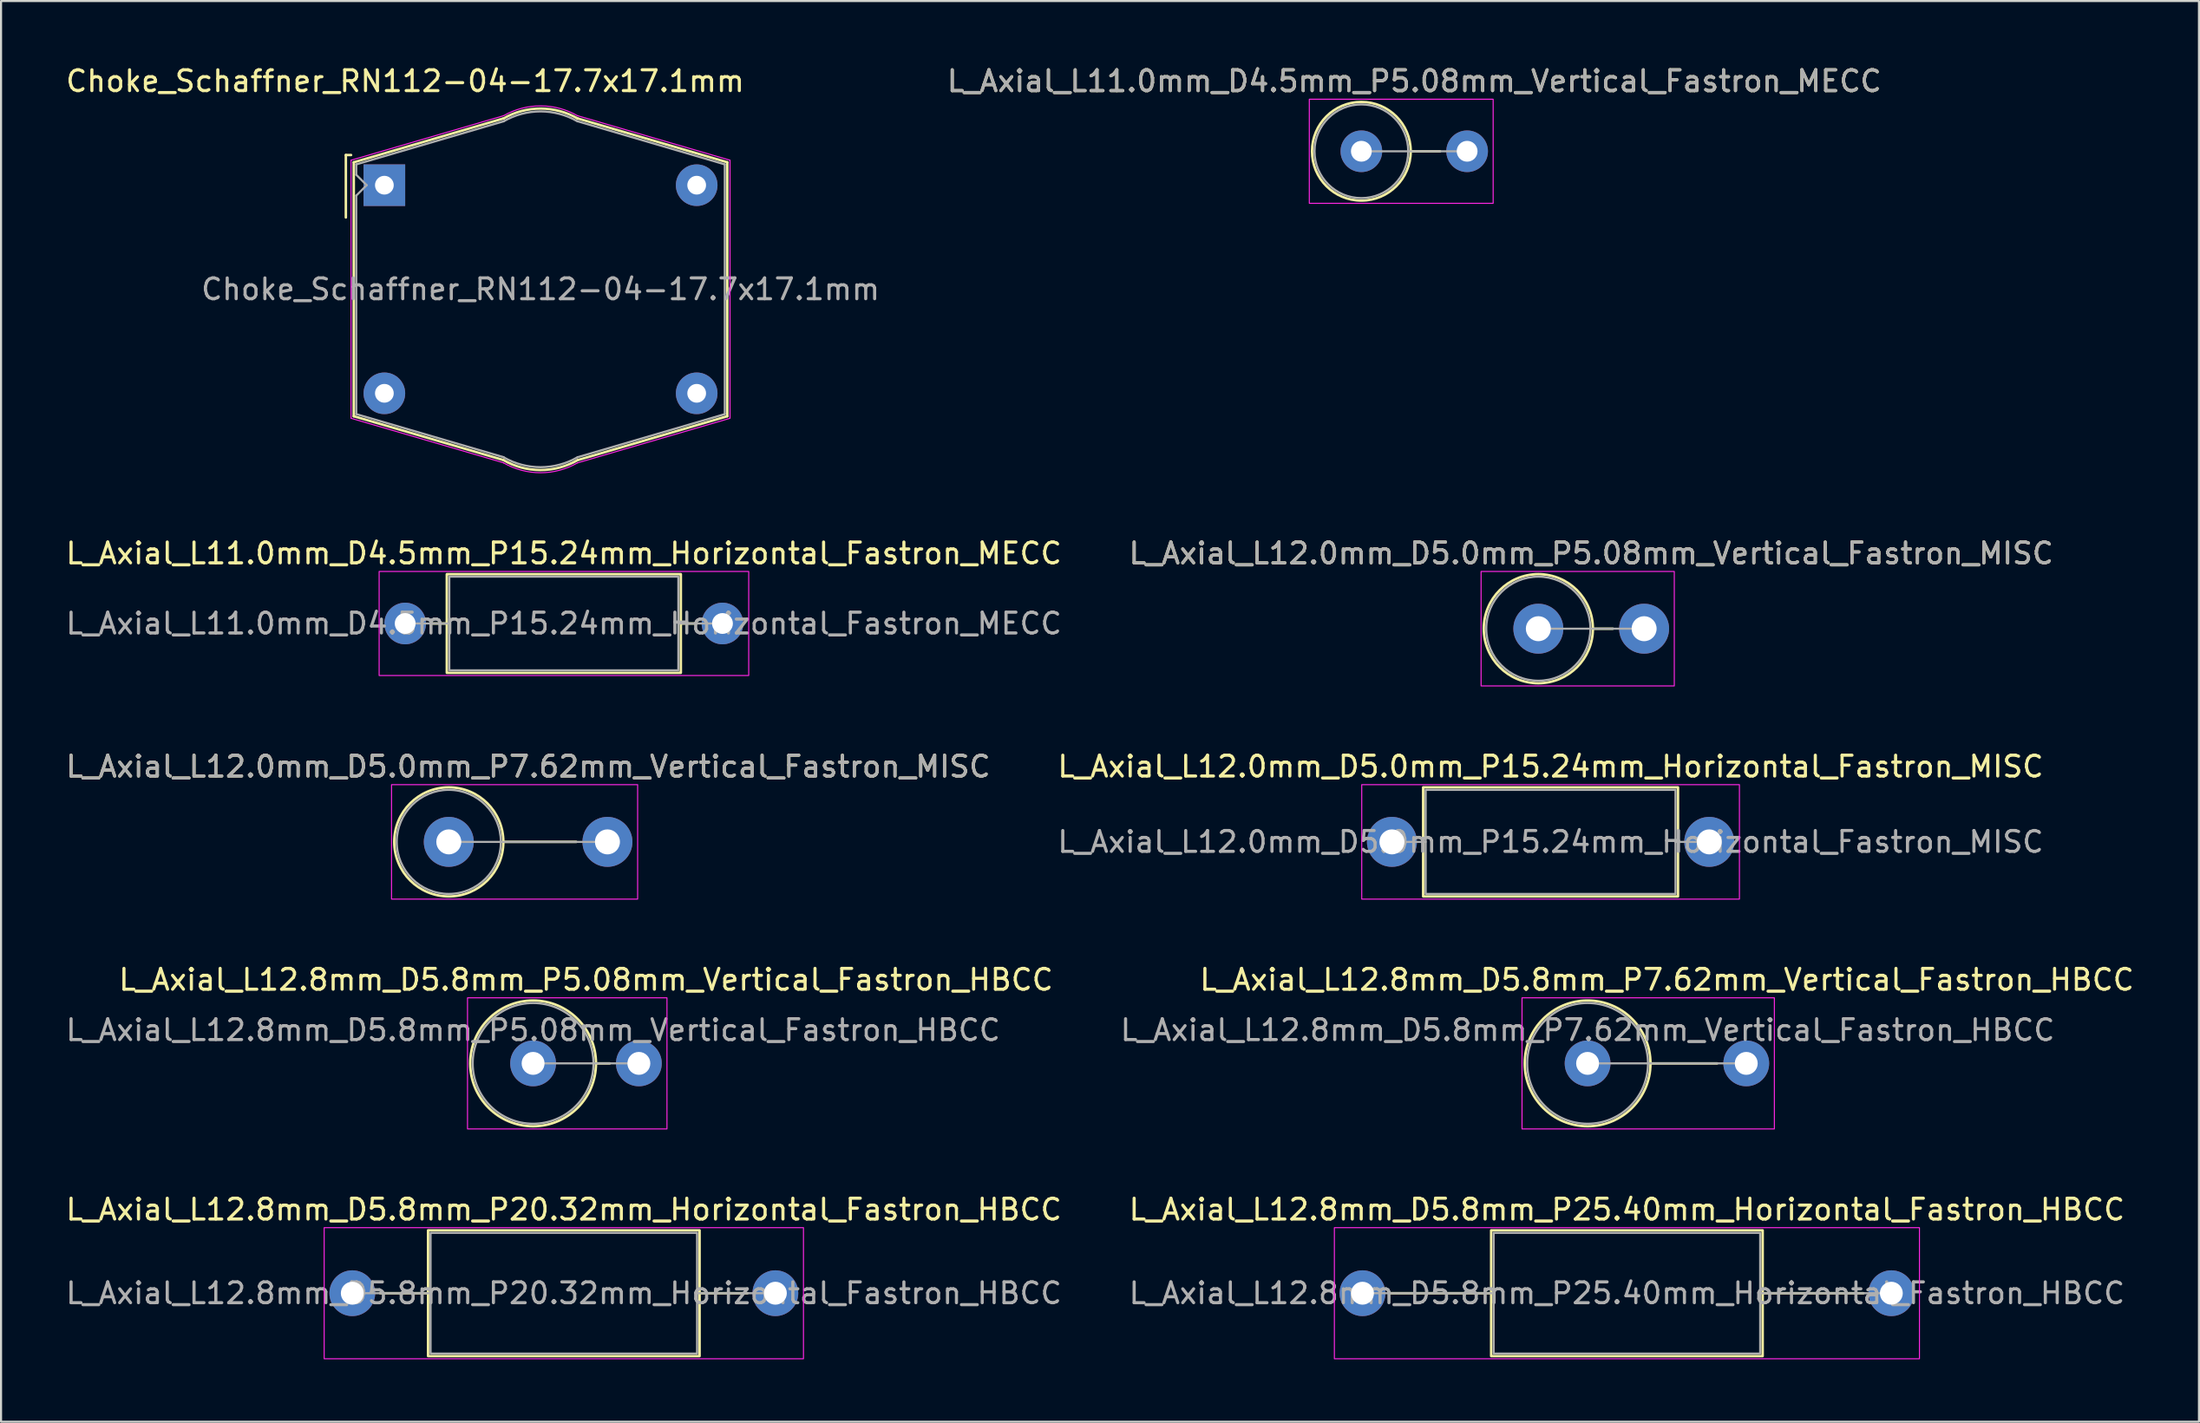
<source format=kicad_pcb>
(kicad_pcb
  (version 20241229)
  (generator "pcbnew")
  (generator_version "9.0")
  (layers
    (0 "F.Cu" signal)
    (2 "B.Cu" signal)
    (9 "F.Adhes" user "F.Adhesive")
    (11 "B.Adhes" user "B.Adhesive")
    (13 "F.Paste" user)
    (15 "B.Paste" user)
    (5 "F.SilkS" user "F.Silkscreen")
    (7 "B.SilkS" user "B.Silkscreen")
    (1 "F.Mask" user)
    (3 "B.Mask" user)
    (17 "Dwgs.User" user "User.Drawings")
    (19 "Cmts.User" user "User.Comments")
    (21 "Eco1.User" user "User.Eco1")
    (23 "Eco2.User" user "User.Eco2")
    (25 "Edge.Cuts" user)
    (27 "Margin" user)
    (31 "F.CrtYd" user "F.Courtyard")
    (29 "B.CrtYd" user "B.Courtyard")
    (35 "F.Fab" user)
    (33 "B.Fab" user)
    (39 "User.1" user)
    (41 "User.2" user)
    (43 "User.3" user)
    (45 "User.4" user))
  (footprint "L_Axial_L12.8mm_D5.8mm_P7.62mm_Vertical_Fastron_HBCC"
    (layer "F.Cu")
    (at 73.201 48.044)
    (property "Reference" "L_Axial_L12.8mm_D5.8mm_P7.62mm_Vertical_Fastron_HBCC" (at 3.81 -4.02 0) (layer "F.SilkS") (effects (font (size 1 1) (thickness 0.15))))
    (attr through_hole)
    (fp_line (start 3.02 0) (end 6.22 0) (stroke (width 0.12) (type solid)) (layer "F.SilkS"))
    (fp_circle (center 0 0) (end 3.02 0) (stroke (width 0.12) (type solid)) (fill no) (layer "F.SilkS"))
    (fp_rect (start -3.15 -3.15) (end 8.97 3.15) (stroke (width 0.05) (type solid)) (fill no) (layer "F.CrtYd"))
    (fp_line (start 0 0) (end 7.62 0) (stroke (width 0.1) (type solid)) (layer "F.Fab"))
    (fp_circle (center 0 0) (end 2.9 0) (stroke (width 0.1) (type solid)) (fill no) (layer "F.Fab"))
    (fp_text user "${REFERENCE}" (at 0 -1.6 0) (layer "F.Fab") (effects (font (size 1 1) (thickness 0.15))))
    (pad "1" thru_hole circle (at 0 0) (size 2.2 2.2) (drill 1.1) (layers "*.Cu" "*.Mask"))
    (pad "2" thru_hole circle (at 7.62 0) (size 2.2 2.2) (drill 1.1) (layers "*.Cu" "*.Mask")))
  (footprint "Choke_Schaffner_RN112-04-17.7x17.1mm"
    (layer "F.Cu")
    (at 15.411 5.848)
    (property "Reference" "Choke_Schaffner_RN112-04-17.7x17.1mm" (at 1 -5 0) (layer "F.SilkS") (effects (font (size 1 1) (thickness 0.15))))
    (attr through_hole)
    (fp_line (start -1.85 -1.45) (end -1.85 1.55) (stroke (width 0.12) (type solid)) (layer "F.SilkS"))
    (fp_line (start -1.85 -1.45) (end -1.6 -1.45) (stroke (width 0.12) (type solid)) (layer "F.SilkS"))
    (fp_line (start -1.47 -1.1) (end 5.73 -3.21) (stroke (width 0.12) (type solid)) (layer "F.SilkS"))
    (fp_line (start -1.47 11.1) (end -1.47 -1.1) (stroke (width 0.12) (type solid)) (layer "F.SilkS"))
    (fp_line (start 5.73 13.21) (end -1.47 11.1) (stroke (width 0.12) (type solid)) (layer "F.SilkS"))
    (fp_line (start 9.27 -3.21) (end 16.47 -1.1) (stroke (width 0.12) (type solid)) (layer "F.SilkS"))
    (fp_line (start 16.47 -1.1) (end 16.47 11.1) (stroke (width 0.12) (type solid)) (layer "F.SilkS"))
    (fp_line (start 16.47 11.1) (end 9.28 13.21) (stroke (width 0.12) (type solid)) (layer "F.SilkS"))
    (fp_arc (start 5.73 -3.21) (mid 7.512135 -3.681018) (end 9.291018 -3.197865) (stroke (width 0.12) (type solid)) (layer "F.SilkS"))
    (fp_arc (start 9.28 13.21) (mid 7.496525 13.686018) (end 5.713982 13.206525) (stroke (width 0.12) (type solid)) (layer "F.SilkS"))
    (fp_line (start -1.6 -1.2) (end 5.73 -3.34) (stroke (width 0.05) (type solid)) (layer "F.CrtYd"))
    (fp_line (start -1.6 11.2) (end -1.6 -1.2) (stroke (width 0.05) (type solid)) (layer "F.CrtYd"))
    (fp_line (start 5.73 13.34) (end -1.6 11.2) (stroke (width 0.05) (type solid)) (layer "F.CrtYd"))
    (fp_line (start 9.27 -3.34) (end 16.6 -1.2) (stroke (width 0.05) (type solid)) (layer "F.CrtYd"))
    (fp_line (start 16.6 -1.2) (end 16.6 11.2) (stroke (width 0.05) (type solid)) (layer "F.CrtYd"))
    (fp_line (start 16.6 11.2) (end 9.28 13.34) (stroke (width 0.05) (type solid)) (layer "F.CrtYd"))
    (fp_arc (start 5.73 -3.34) (mid 7.512135 -3.811018) (end 9.291018 -3.327865) (stroke (width 0.05) (type solid)) (layer "F.CrtYd"))
    (fp_arc (start 9.28 13.34) (mid 7.496525 13.816018) (end 5.713982 13.336525) (stroke (width 0.05) (type solid)) (layer "F.CrtYd"))
    (fp_line (start -1.35 -1) (end 5.73 -3.07) (stroke (width 0.1) (type solid)) (layer "F.Fab"))
    (fp_line (start -1.35 -0.5) (end -1.35 -1) (stroke (width 0.1) (type solid)) (layer "F.Fab"))
    (fp_line (start -1.35 0.5) (end -0.85 0) (stroke (width 0.1) (type solid)) (layer "F.Fab"))
    (fp_line (start -1.35 11) (end -1.35 0.5) (stroke (width 0.1) (type solid)) (layer "F.Fab"))
    (fp_line (start -0.85 0) (end -1.35 -0.5) (stroke (width 0.1) (type solid)) (layer "F.Fab"))
    (fp_line (start 5.73 13.07) (end -1.35 11) (stroke (width 0.1) (type solid)) (layer "F.Fab"))
    (fp_line (start 9.28 -3.07) (end 16.35 -1) (stroke (width 0.1) (type solid)) (layer "F.Fab"))
    (fp_line (start 16.35 -1) (end 16.35 11) (stroke (width 0.1) (type solid)) (layer "F.Fab"))
    (fp_line (start 16.35 11) (end 9.28 13.07) (stroke (width 0.1) (type solid)) (layer "F.Fab"))
    (fp_arc (start 5.73 -3.07) (mid 7.502135 -3.543698) (end 9.273698 -3.067865) (stroke (width 0.1) (type solid)) (layer "F.Fab"))
    (fp_arc (start 9.28 13.07) (mid 7.506525 13.548698) (end 5.731302 13.076525) (stroke (width 0.1) (type solid)) (layer "F.Fab"))
    (fp_text user "${REFERENCE}" (at 7.5 5 0) (layer "F.Fab") (effects (font (size 1 1) (thickness 0.15))))
    (pad "1" thru_hole rect (at 0 0) (size 2 2) (drill 0.9) (layers "*.Cu" "*.Mask"))
    (pad "2" thru_hole circle (at 15 0) (size 2 2) (drill 0.9) (layers "*.Cu" "*.Mask"))
    (pad "3" thru_hole circle (at 0 10) (size 2 2) (drill 0.9) (layers "*.Cu" "*.Mask"))
    (pad "4" thru_hole circle (at 15 10) (size 2 2) (drill 0.9) (layers "*.Cu" "*.Mask")))
  (footprint "L_Axial_L12.8mm_D5.8mm_P20.32mm_Horizontal_Fastron_HBCC"
    (layer "F.Cu")
    (at 13.87 59.087)
    (property "Reference" "L_Axial_L12.8mm_D5.8mm_P20.32mm_Horizontal_Fastron_HBCC" (at 10.16 -4.02 0) (layer "F.SilkS") (effects (font (size 1 1) (thickness 0.15))))
    (attr through_hole)
    (fp_line (start 1.34 0) (end 3.64 0) (stroke (width 0.12) (type solid)) (layer "F.SilkS"))
    (fp_line (start 18.98 0) (end 16.68 0) (stroke (width 0.12) (type solid)) (layer "F.SilkS"))
    (fp_rect (start 3.64 -3.02) (end 16.68 3.02) (stroke (width 0.12) (type solid)) (fill no) (layer "F.SilkS"))
    (fp_rect (start -1.35 -3.15) (end 21.67 3.15) (stroke (width 0.05) (type solid)) (fill no) (layer "F.CrtYd"))
    (fp_line (start 0 0) (end 3.76 0) (stroke (width 0.1) (type solid)) (layer "F.Fab"))
    (fp_line (start 20.32 0) (end 16.56 0) (stroke (width 0.1) (type solid)) (layer "F.Fab"))
    (fp_rect (start 3.76 -2.9) (end 16.56 2.9) (stroke (width 0.1) (type solid)) (fill no) (layer "F.Fab"))
    (fp_text user "${REFERENCE}" (at 10.16 0 0) (layer "F.Fab") (effects (font (size 1 1) (thickness 0.15))))
    (pad "1" thru_hole circle (at 0 0) (size 2.2 2.2) (drill 1.1) (layers "*.Cu" "*.Mask"))
    (pad "2" thru_hole circle (at 20.32 0) (size 2.2 2.2) (drill 1.1) (layers "*.Cu" "*.Mask")))
  (footprint "L_Axial_L11.0mm_D4.5mm_P5.08mm_Vertical_Fastron_MECC"
    (layer "F.Cu")
    (at 62.335 4.218)
    (property "Reference" "L_Axial_L11.0mm_D4.5mm_P5.08mm_Vertical_Fastron_MECC" (at 2.54 -3.37 0) (layer "F.SilkS") (effects (font (size 1 1) (thickness 0.15))))
    (attr through_hole)
    (fp_line (start 2.37 0) (end 3.78 0) (stroke (width 0.12) (type solid)) (layer "F.SilkS"))
    (fp_circle (center 0 0) (end 2.37 0) (stroke (width 0.12) (type solid)) (fill no) (layer "F.SilkS"))
    (fp_rect (start -2.5 -2.5) (end 6.33 2.5) (stroke (width 0.05) (type solid)) (fill no) (layer "F.CrtYd"))
    (fp_line (start 0 0) (end 5.08 0) (stroke (width 0.1) (type solid)) (layer "F.Fab"))
    (fp_circle (center 0 0) (end 2.25 0) (stroke (width 0.1) (type solid)) (fill no) (layer "F.Fab"))
    (fp_text user "${REFERENCE}" (at 2.54 -3.37 0) (layer "F.Fab") (effects (font (size 1 1) (thickness 0.15))))
    (pad "1" thru_hole circle (at 0 0) (size 2 2) (drill 1) (layers "*.Cu" "*.Mask"))
    (pad "2" thru_hole circle (at 5.08 0) (size 2 2) (drill 1) (layers "*.Cu" "*.Mask")))
  (footprint "L_Axial_L12.8mm_D5.8mm_P5.08mm_Vertical_Fastron_HBCC"
    (layer "F.Cu")
    (at 22.554 48.044)
    (property "Reference" "L_Axial_L12.8mm_D5.8mm_P5.08mm_Vertical_Fastron_HBCC" (at 2.54 -4.02 0) (layer "F.SilkS") (effects (font (size 1 1) (thickness 0.15))))
    (attr through_hole)
    (fp_line (start 3.02 0) (end 3.68 0) (stroke (width 0.12) (type solid)) (layer "F.SilkS"))
    (fp_circle (center 0 0) (end 3.02 0) (stroke (width 0.12) (type solid)) (fill no) (layer "F.SilkS"))
    (fp_rect (start -3.15 -3.15) (end 6.43 3.15) (stroke (width 0.05) (type solid)) (fill no) (layer "F.CrtYd"))
    (fp_line (start 0 0) (end 5.08 0) (stroke (width 0.1) (type solid)) (layer "F.Fab"))
    (fp_circle (center 0 0) (end 2.9 0) (stroke (width 0.1) (type solid)) (fill no) (layer "F.Fab"))
    (fp_text user "${REFERENCE}" (at 0 -1.6 0) (layer "F.Fab") (effects (font (size 1 1) (thickness 0.15))))
    (pad "1" thru_hole circle (at 0 0) (size 2.2 2.2) (drill 1.1) (layers "*.Cu" "*.Mask"))
    (pad "2" thru_hole circle (at 5.08 0) (size 2.2 2.2) (drill 1.1) (layers "*.Cu" "*.Mask")))
  (footprint "L_Axial_L12.8mm_D5.8mm_P25.40mm_Horizontal_Fastron_HBCC"
    (layer "F.Cu")
    (at 62.389 59.087)
    (property "Reference" "L_Axial_L12.8mm_D5.8mm_P25.40mm_Horizontal_Fastron_HBCC" (at 12.7 -4.02 0) (layer "F.SilkS") (effects (font (size 1 1) (thickness 0.15))))
    (attr through_hole)
    (fp_line (start 1.34 0) (end 6.18 0) (stroke (width 0.12) (type solid)) (layer "F.SilkS"))
    (fp_line (start 24.06 0) (end 19.22 0) (stroke (width 0.12) (type solid)) (layer "F.SilkS"))
    (fp_rect (start 6.18 -3.02) (end 19.22 3.02) (stroke (width 0.12) (type solid)) (fill no) (layer "F.SilkS"))
    (fp_rect (start -1.35 -3.15) (end 26.75 3.15) (stroke (width 0.05) (type solid)) (fill no) (layer "F.CrtYd"))
    (fp_line (start 0 0) (end 6.3 0) (stroke (width 0.1) (type solid)) (layer "F.Fab"))
    (fp_line (start 25.4 0) (end 19.1 0) (stroke (width 0.1) (type solid)) (layer "F.Fab"))
    (fp_rect (start 6.3 -2.9) (end 19.1 2.9) (stroke (width 0.1) (type solid)) (fill no) (layer "F.Fab"))
    (fp_text user "${REFERENCE}" (at 12.7 0 0) (layer "F.Fab") (effects (font (size 1 1) (thickness 0.15))))
    (pad "1" thru_hole circle (at 0 0) (size 2.2 2.2) (drill 1.1) (layers "*.Cu" "*.Mask"))
    (pad "2" thru_hole circle (at 25.4 0) (size 2.2 2.2) (drill 1.1) (layers "*.Cu" "*.Mask")))
  (footprint "L_Axial_L12.0mm_D5.0mm_P15.24mm_Horizontal_Fastron_MISC"
    (layer "F.Cu")
    (at 63.803 37.401)
    (property "Reference" "L_Axial_L12.0mm_D5.0mm_P15.24mm_Horizontal_Fastron_MISC" (at 7.62 -3.62 0) (layer "F.SilkS") (effects (font (size 1 1) (thickness 0.15))))
    (attr through_hole)
    (fp_line (start 1.44 0) (end 1.5 0) (stroke (width 0.12) (type solid)) (layer "F.SilkS"))
    (fp_line (start 13.8 0) (end 13.74 0) (stroke (width 0.12) (type solid)) (layer "F.SilkS"))
    (fp_rect (start 1.5 -2.62) (end 13.74 2.62) (stroke (width 0.12) (type solid)) (fill no) (layer "F.SilkS"))
    (fp_rect (start -1.45 -2.75) (end 16.69 2.75) (stroke (width 0.05) (type solid)) (fill no) (layer "F.CrtYd"))
    (fp_line (start 0 0) (end 1.62 0) (stroke (width 0.1) (type solid)) (layer "F.Fab"))
    (fp_line (start 15.24 0) (end 13.62 0) (stroke (width 0.1) (type solid)) (layer "F.Fab"))
    (fp_rect (start 1.62 -2.5) (end 13.62 2.5) (stroke (width 0.1) (type solid)) (fill no) (layer "F.Fab"))
    (fp_text user "${REFERENCE}" (at 7.62 0 0) (layer "F.Fab") (effects (font (size 1 1) (thickness 0.15))))
    (pad "1" thru_hole circle (at 0 0) (size 2.4 2.4) (drill 1.2) (layers "*.Cu" "*.Mask"))
    (pad "2" thru_hole circle (at 15.24 0) (size 2.4 2.4) (drill 1.2) (layers "*.Cu" "*.Mask")))
  (footprint "L_Axial_L12.0mm_D5.0mm_P5.08mm_Vertical_Fastron_MISC"
    (layer "F.Cu")
    (at 70.835 27.158)
    (property "Reference" "L_Axial_L12.0mm_D5.0mm_P5.08mm_Vertical_Fastron_MISC" (at 2.54 -3.62 0) (layer "F.SilkS") (effects (font (size 1 1) (thickness 0.15))))
    (attr through_hole)
    (fp_line (start 2.62 0) (end 3.58 0) (stroke (width 0.12) (type solid)) (layer "F.SilkS"))
    (fp_circle (center 0 0) (end 2.62 0) (stroke (width 0.12) (type solid)) (fill no) (layer "F.SilkS"))
    (fp_rect (start -2.75 -2.75) (end 6.53 2.75) (stroke (width 0.05) (type solid)) (fill no) (layer "F.CrtYd"))
    (fp_line (start 0 0) (end 5.08 0) (stroke (width 0.1) (type solid)) (layer "F.Fab"))
    (fp_circle (center 0 0) (end 2.5 0) (stroke (width 0.1) (type solid)) (fill no) (layer "F.Fab"))
    (fp_text user "${REFERENCE}" (at 2.54 -3.62 0) (layer "F.Fab") (effects (font (size 1 1) (thickness 0.15))))
    (pad "1" thru_hole circle (at 0 0) (size 2.4 2.4) (drill 1.2) (layers "*.Cu" "*.Mask"))
    (pad "2" thru_hole circle (at 5.08 0) (size 2.4 2.4) (drill 1.2) (layers "*.Cu" "*.Mask")))
  (footprint "L_Axial_L12.0mm_D5.0mm_P7.62mm_Vertical_Fastron_MISC"
    (layer "F.Cu")
    (at 18.505 37.401)
    (property "Reference" "L_Axial_L12.0mm_D5.0mm_P7.62mm_Vertical_Fastron_MISC" (at 3.81 -3.62 0) (layer "F.SilkS") (effects (font (size 1 1) (thickness 0.15))))
    (attr through_hole)
    (fp_line (start 2.62 0) (end 6.12 0) (stroke (width 0.12) (type solid)) (layer "F.SilkS"))
    (fp_circle (center 0 0) (end 2.62 0) (stroke (width 0.12) (type solid)) (fill no) (layer "F.SilkS"))
    (fp_rect (start -2.75 -2.75) (end 9.07 2.75) (stroke (width 0.05) (type solid)) (fill no) (layer "F.CrtYd"))
    (fp_line (start 0 0) (end 7.62 0) (stroke (width 0.1) (type solid)) (layer "F.Fab"))
    (fp_circle (center 0 0) (end 2.5 0) (stroke (width 0.1) (type solid)) (fill no) (layer "F.Fab"))
    (fp_text user "${REFERENCE}" (at 3.81 -3.62 0) (layer "F.Fab") (effects (font (size 1 1) (thickness 0.15))))
    (pad "1" thru_hole circle (at 0 0) (size 2.4 2.4) (drill 1.2) (layers "*.Cu" "*.Mask"))
    (pad "2" thru_hole circle (at 7.62 0) (size 2.4 2.4) (drill 1.2) (layers "*.Cu" "*.Mask")))
  (footprint "L_Axial_L11.0mm_D4.5mm_P15.24mm_Horizontal_Fastron_MECC"
    (layer "F.Cu")
    (at 16.41 26.908)
    (property "Reference" "L_Axial_L11.0mm_D4.5mm_P15.24mm_Horizontal_Fastron_MECC" (at 7.62 -3.37 0) (layer "F.SilkS") (effects (font (size 1 1) (thickness 0.15))))
    (attr through_hole)
    (fp_line (start 1.24 0) (end 2 0) (stroke (width 0.12) (type solid)) (layer "F.SilkS"))
    (fp_line (start 14 0) (end 13.24 0) (stroke (width 0.12) (type solid)) (layer "F.SilkS"))
    (fp_rect (start 2 -2.37) (end 13.24 2.37) (stroke (width 0.12) (type solid)) (fill no) (layer "F.SilkS"))
    (fp_rect (start -1.25 -2.5) (end 16.5 2.5) (stroke (width 0.05) (type solid)) (fill no) (layer "F.CrtYd"))
    (fp_line (start 0 0) (end 2.12 0) (stroke (width 0.1) (type solid)) (layer "F.Fab"))
    (fp_line (start 15.24 0) (end 13.12 0) (stroke (width 0.1) (type solid)) (layer "F.Fab"))
    (fp_rect (start 2.12 -2.25) (end 13.12 2.25) (stroke (width 0.1) (type solid)) (fill no) (layer "F.Fab"))
    (fp_text user "${REFERENCE}" (at 7.62 0 0) (layer "F.Fab") (effects (font (size 1 1) (thickness 0.15))))
    (pad "1" thru_hole circle (at 0 0) (size 2 2) (drill 1) (layers "*.Cu" "*.Mask"))
    (pad "2" thru_hole circle (at 15.24 0) (size 2 2) (drill 1) (layers "*.Cu" "*.Mask")))
  (gr_rect
    (start -3 -3)
    (end 102.564 65.262)
    (stroke (width 0.1) (type default))
    (fill no)
    (layer "Edge.Cuts")))
</source>
